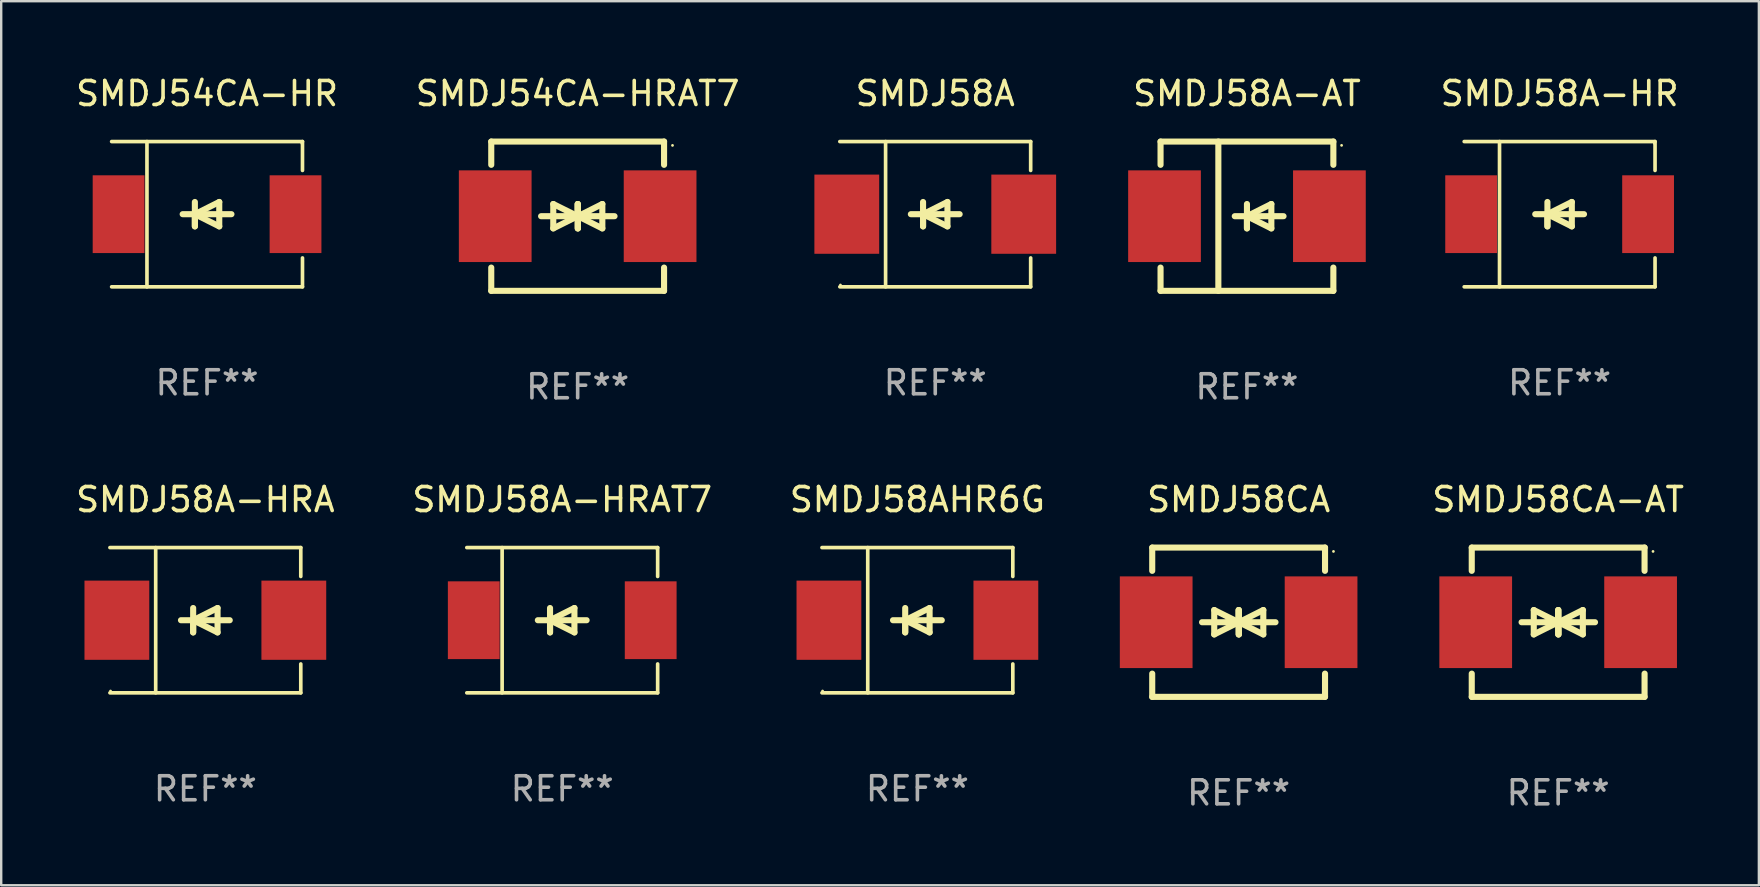
<source format=kicad_pcb>
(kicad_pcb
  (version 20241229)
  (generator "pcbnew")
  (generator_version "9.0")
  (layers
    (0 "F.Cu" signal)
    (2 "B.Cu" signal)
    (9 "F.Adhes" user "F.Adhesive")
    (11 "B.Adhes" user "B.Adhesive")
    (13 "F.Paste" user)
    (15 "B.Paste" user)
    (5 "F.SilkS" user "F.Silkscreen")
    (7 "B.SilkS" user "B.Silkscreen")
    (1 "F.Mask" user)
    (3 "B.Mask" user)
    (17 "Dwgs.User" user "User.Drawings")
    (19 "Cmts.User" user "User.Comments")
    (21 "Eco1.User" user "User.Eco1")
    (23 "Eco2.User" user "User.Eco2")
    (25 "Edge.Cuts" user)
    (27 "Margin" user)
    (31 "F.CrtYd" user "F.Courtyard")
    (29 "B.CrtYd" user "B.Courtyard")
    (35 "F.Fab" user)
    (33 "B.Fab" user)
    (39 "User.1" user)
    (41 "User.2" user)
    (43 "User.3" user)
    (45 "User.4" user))
  (footprint "SMDJ58CA"
    (layer "F.Cu")
    (at 48.557 22.875)
    (property "Reference" "SMDJ58CA" (at 0 -5.11 0) (layer "F.SilkS") (effects (font (size 1 1) (thickness 0.15))))
    (attr through_hole)
    (fp_line (start -3.6 -2.141) (end -3.6 -3.11) (stroke (width 0.254) (type solid)) (layer "F.SilkS"))
    (fp_line (start -3.6 3.11) (end -3.6 2.141) (stroke (width 0.254) (type solid)) (layer "F.SilkS"))
    (fp_line (start -1.524 0) (end 0.508 0) (stroke (width 0.254) (type solid)) (layer "F.SilkS"))
    (fp_line (start -1.016 -0.508) (end -1.016 0.508) (stroke (width 0.254) (type solid)) (layer "F.SilkS"))
    (fp_line (start -1.016 0.508) (end 0 0) (stroke (width 0.254) (type solid)) (layer "F.SilkS"))
    (fp_line (start 0 -0.508) (end 0 0.508) (stroke (width 0.254) (type solid)) (layer "F.SilkS"))
    (fp_line (start 0 0) (end -1.016 -0.508) (stroke (width 0.254) (type solid)) (layer "F.SilkS"))
    (fp_line (start 0 0) (end 0 -0.508) (stroke (width 0.254) (type solid)) (layer "F.SilkS"))
    (fp_line (start 0.012 0) (end 0.012 0.508) (stroke (width 0.254) (type solid)) (layer "F.SilkS"))
    (fp_line (start 0.012 0) (end 1.028 0.508) (stroke (width 0.254) (type solid)) (layer "F.SilkS"))
    (fp_line (start 0.012 0.508) (end 0.012 -0.508) (stroke (width 0.254) (type solid)) (layer "F.SilkS"))
    (fp_line (start 1.028 -0.508) (end 0.012 0) (stroke (width 0.254) (type solid)) (layer "F.SilkS"))
    (fp_line (start 1.028 0.508) (end 1.028 -0.508) (stroke (width 0.254) (type solid)) (layer "F.SilkS"))
    (fp_line (start 1.536 0) (end -0.496 0) (stroke (width 0.254) (type solid)) (layer "F.SilkS"))
    (fp_line (start 3.6 -3.11) (end -3.6 -3.11) (stroke (width 0.254) (type solid)) (layer "F.SilkS"))
    (fp_line (start 3.6 -2.141) (end 3.6 -3.11) (stroke (width 0.254) (type solid)) (layer "F.SilkS"))
    (fp_line (start 3.6 3.11) (end -3.6 3.11) (stroke (width 0.254) (type solid)) (layer "F.SilkS"))
    (fp_line (start 3.6 3.11) (end 3.6 2.141) (stroke (width 0.254) (type solid)) (layer "F.SilkS"))
    (fp_circle (center 3.952 -2.95) (end 3.982 -2.95) (stroke (width 0.06) (type solid)) (fill no) (layer "F.SilkS"))
    (fp_text user "REF**" (at 0 7.11 0) (layer "F.Fab") (effects (font (size 1 1) (thickness 0.15))))
    (pad "1" smd rect (at 3.435 0) (size 3.03 3.82) (layers "F.Cu" "F.Mask" "F.Paste"))
    (pad "2" smd rect (at -3.435 0) (size 3.03 3.82) (layers "F.Cu" "F.Mask" "F.Paste")))
  (footprint "SMDJ58A-HRA"
    (layer "F.Cu")
    (at 5.506 22.791)
    (property "Reference" "SMDJ58A-HRA" (at 0 -5.026 0) (layer "F.SilkS") (effects (font (size 1 1) (thickness 0.15))))
    (attr through_hole)
    (fp_line (start -3.976 -3.026) (end 3.976 -3.026) (stroke (width 0.152) (type solid)) (layer "F.SilkS"))
    (fp_line (start -3.976 3.026) (end 3.976 3.026) (stroke (width 0.152) (type solid)) (layer "F.SilkS"))
    (fp_line (start -2.069 -3.026) (end -2.069 3.026) (stroke (width 0.152) (type solid)) (layer "F.SilkS"))
    (fp_line (start -0.508 0) (end -0.508 0.508) (stroke (width 0.254) (type solid)) (layer "F.SilkS"))
    (fp_line (start -0.508 0) (end 0.508 0.508) (stroke (width 0.254) (type solid)) (layer "F.SilkS"))
    (fp_line (start -0.508 0.508) (end -0.508 -0.508) (stroke (width 0.254) (type solid)) (layer "F.SilkS"))
    (fp_line (start 0.508 -0.508) (end -0.508 0) (stroke (width 0.254) (type solid)) (layer "F.SilkS"))
    (fp_line (start 0.508 0.508) (end 0.508 -0.508) (stroke (width 0.254) (type solid)) (layer "F.SilkS"))
    (fp_line (start 1.016 0) (end -1.016 0) (stroke (width 0.254) (type solid)) (layer "F.SilkS"))
    (fp_line (start 3.976 -3.026) (end 3.976 -1.823) (stroke (width 0.152) (type solid)) (layer "F.SilkS"))
    (fp_line (start 3.976 3.026) (end 3.976 1.823) (stroke (width 0.152) (type solid)) (layer "F.SilkS"))
    (fp_circle (center -3.95 2.95) (end -3.92 2.95) (stroke (width 0.06) (type solid)) (fill no) (layer "F.SilkS"))
    (fp_text user "REF**" (at 0 7.026 0) (layer "F.Fab") (effects (font (size 1 1) (thickness 0.15))))
    (pad "1" smd rect (at -3.686 0) (size 2.7 3.3) (layers "F.Cu" "F.Mask" "F.Paste"))
    (pad "2" smd rect (at 3.686 0) (size 2.7 3.3) (layers "F.Cu" "F.Mask" "F.Paste")))
  (footprint "SMDJ58A-AT"
    (layer "F.Cu")
    (at 48.904 5.958)
    (property "Reference" "SMDJ58A-AT" (at 0 -5.11 0) (layer "F.SilkS") (effects (font (size 1 1) (thickness 0.15))))
    (attr through_hole)
    (fp_line (start -3.6 -3.11) (end -3.6 -2.141) (stroke (width 0.254) (type solid)) (layer "F.SilkS"))
    (fp_line (start -3.6 -3.11) (end 3.6 -3.11) (stroke (width 0.254) (type solid)) (layer "F.SilkS"))
    (fp_line (start -3.6 2.141) (end -3.6 3.11) (stroke (width 0.254) (type solid)) (layer "F.SilkS"))
    (fp_line (start -3.6 3.11) (end 3.6 3.11) (stroke (width 0.254) (type solid)) (layer "F.SilkS"))
    (fp_line (start -1.192 -3.11) (end -1.192 3.11) (stroke (width 0.254) (type solid)) (layer "F.SilkS"))
    (fp_line (start 0 0) (end 0 0.508) (stroke (width 0.254) (type solid)) (layer "F.SilkS"))
    (fp_line (start 0 0) (end 1.016 0.508) (stroke (width 0.254) (type solid)) (layer "F.SilkS"))
    (fp_line (start 0 0.508) (end 0 -0.508) (stroke (width 0.254) (type solid)) (layer "F.SilkS"))
    (fp_line (start 1.016 -0.508) (end 0 0) (stroke (width 0.254) (type solid)) (layer "F.SilkS"))
    (fp_line (start 1.016 0.508) (end 1.016 -0.508) (stroke (width 0.254) (type solid)) (layer "F.SilkS"))
    (fp_line (start 1.524 0) (end -0.508 0) (stroke (width 0.254) (type solid)) (layer "F.SilkS"))
    (fp_line (start 3.6 -3.11) (end 3.6 -2.141) (stroke (width 0.254) (type solid)) (layer "F.SilkS"))
    (fp_line (start 3.6 2.141) (end 3.6 3.11) (stroke (width 0.254) (type solid)) (layer "F.SilkS"))
    (fp_circle (center 3.943 -2.952) (end 3.973 -2.952) (stroke (width 0.06) (type solid)) (fill no) (layer "F.SilkS"))
    (fp_text user "REF**" (at 0 7.11 0) (layer "F.Fab") (effects (font (size 1 1) (thickness 0.15))))
    (pad "1" smd rect (at 3.435 0 180) (size 3.03 3.82) (layers "F.Cu" "F.Mask" "F.Paste"))
    (pad "2" smd rect (at -3.435 0 180) (size 3.03 3.82) (layers "F.Cu" "F.Mask" "F.Paste")))
  (footprint "SMDJ58A-HR"
    (layer "F.Cu")
    (at 61.931 5.874)
    (property "Reference" "SMDJ58A-HR" (at 0 -5.026 0) (layer "F.SilkS") (effects (font (size 1 1) (thickness 0.15))))
    (attr through_hole)
    (fp_line (start -3.976 -3.026) (end 3.976 -3.026) (stroke (width 0.152) (type solid)) (layer "F.SilkS"))
    (fp_line (start -3.976 3.026) (end 3.976 3.026) (stroke (width 0.152) (type solid)) (layer "F.SilkS"))
    (fp_line (start -2.504 -3.026) (end -2.504 3.026) (stroke (width 0.152) (type solid)) (layer "F.SilkS"))
    (fp_line (start -0.508 0) (end -0.508 0.508) (stroke (width 0.254) (type solid)) (layer "F.SilkS"))
    (fp_line (start -0.508 0) (end 0.508 0.508) (stroke (width 0.254) (type solid)) (layer "F.SilkS"))
    (fp_line (start -0.508 0.508) (end -0.508 -0.508) (stroke (width 0.254) (type solid)) (layer "F.SilkS"))
    (fp_line (start 0.508 -0.508) (end -0.508 0) (stroke (width 0.254) (type solid)) (layer "F.SilkS"))
    (fp_line (start 0.508 0.508) (end 0.508 -0.508) (stroke (width 0.254) (type solid)) (layer "F.SilkS"))
    (fp_line (start 1.016 0) (end -1.016 0) (stroke (width 0.254) (type solid)) (layer "F.SilkS"))
    (fp_line (start 3.976 -3.026) (end 3.976 -1.823) (stroke (width 0.152) (type solid)) (layer "F.SilkS"))
    (fp_line (start 3.976 3.026) (end 3.976 1.823) (stroke (width 0.152) (type solid)) (layer "F.SilkS"))
    (fp_circle (center 3.95 -2.95) (end 3.98 -2.95) (stroke (width 0.06) (type solid)) (fill no) (layer "F.SilkS"))
    (fp_text user "REF**" (at 0 7.026 0) (layer "F.Fab") (effects (font (size 1 1) (thickness 0.15))))
    (pad "1" smd rect (at 3.686 0 180) (size 2.158 3.24) (layers "F.Cu" "F.Mask" "F.Paste"))
    (pad "2" smd rect (at -3.686 0 180) (size 2.158 3.24) (layers "F.Cu" "F.Mask" "F.Paste")))
  (footprint "SMDJ54CA-HR"
    (layer "F.Cu")
    (at 5.577 5.874)
    (property "Reference" "SMDJ54CA-HR" (at 0 -5.026 0) (layer "F.SilkS") (effects (font (size 1 1) (thickness 0.15))))
    (attr through_hole)
    (fp_line (start -3.976 -3.026) (end 3.976 -3.026) (stroke (width 0.152) (type solid)) (layer "F.SilkS"))
    (fp_line (start -3.976 3.026) (end 3.976 3.026) (stroke (width 0.152) (type solid)) (layer "F.SilkS"))
    (fp_line (start -2.504 -3.026) (end -2.504 3.026) (stroke (width 0.152) (type solid)) (layer "F.SilkS"))
    (fp_line (start -0.508 0) (end -0.508 0.508) (stroke (width 0.254) (type solid)) (layer "F.SilkS"))
    (fp_line (start -0.508 0) (end 0.508 0.508) (stroke (width 0.254) (type solid)) (layer "F.SilkS"))
    (fp_line (start -0.508 0.508) (end -0.508 -0.508) (stroke (width 0.254) (type solid)) (layer "F.SilkS"))
    (fp_line (start 0.508 -0.508) (end -0.508 0) (stroke (width 0.254) (type solid)) (layer "F.SilkS"))
    (fp_line (start 0.508 0.508) (end 0.508 -0.508) (stroke (width 0.254) (type solid)) (layer "F.SilkS"))
    (fp_line (start 1.016 0) (end -1.016 0) (stroke (width 0.254) (type solid)) (layer "F.SilkS"))
    (fp_line (start 3.976 -3.026) (end 3.976 -1.823) (stroke (width 0.152) (type solid)) (layer "F.SilkS"))
    (fp_line (start 3.976 3.026) (end 3.976 1.823) (stroke (width 0.152) (type solid)) (layer "F.SilkS"))
    (fp_circle (center 3.95 -2.95) (end 3.98 -2.95) (stroke (width 0.06) (type solid)) (fill no) (layer "F.SilkS"))
    (fp_text user "REF**" (at 0 7.026 0) (layer "F.Fab") (effects (font (size 1 1) (thickness 0.15))))
    (pad "1" smd rect (at 3.686 0 180) (size 2.158 3.24) (layers "F.Cu" "F.Mask" "F.Paste"))
    (pad "2" smd rect (at -3.686 0 180) (size 2.158 3.24) (layers "F.Cu" "F.Mask" "F.Paste")))
  (footprint "SMDJ58A"
    (layer "F.Cu")
    (at 35.917 5.874)
    (property "Reference" "SMDJ58A" (at 0 -5.026 0) (layer "F.SilkS") (effects (font (size 1 1) (thickness 0.15))))
    (attr through_hole)
    (fp_line (start -3.976 -3.026) (end 3.976 -3.026) (stroke (width 0.152) (type solid)) (layer "F.SilkS"))
    (fp_line (start -3.976 3.026) (end 3.976 3.026) (stroke (width 0.152) (type solid)) (layer "F.SilkS"))
    (fp_line (start -2.069 -3.026) (end -2.069 3.026) (stroke (width 0.152) (type solid)) (layer "F.SilkS"))
    (fp_line (start -0.508 0) (end -0.508 0.508) (stroke (width 0.254) (type solid)) (layer "F.SilkS"))
    (fp_line (start -0.508 0) (end 0.508 0.508) (stroke (width 0.254) (type solid)) (layer "F.SilkS"))
    (fp_line (start -0.508 0.508) (end -0.508 -0.508) (stroke (width 0.254) (type solid)) (layer "F.SilkS"))
    (fp_line (start 0.508 -0.508) (end -0.508 0) (stroke (width 0.254) (type solid)) (layer "F.SilkS"))
    (fp_line (start 0.508 0.508) (end 0.508 -0.508) (stroke (width 0.254) (type solid)) (layer "F.SilkS"))
    (fp_line (start 1.016 0) (end -1.016 0) (stroke (width 0.254) (type solid)) (layer "F.SilkS"))
    (fp_line (start 3.976 -3.026) (end 3.976 -1.823) (stroke (width 0.152) (type solid)) (layer "F.SilkS"))
    (fp_line (start 3.976 3.026) (end 3.976 1.823) (stroke (width 0.152) (type solid)) (layer "F.SilkS"))
    (fp_circle (center -3.95 2.95) (end -3.92 2.95) (stroke (width 0.06) (type solid)) (fill no) (layer "F.SilkS"))
    (fp_text user "REF**" (at 0 7.026 0) (layer "F.Fab") (effects (font (size 1 1) (thickness 0.15))))
    (pad "1" smd rect (at -3.686 0) (size 2.7 3.3) (layers "F.Cu" "F.Mask" "F.Paste"))
    (pad "2" smd rect (at 3.686 0) (size 2.7 3.3) (layers "F.Cu" "F.Mask" "F.Paste")))
  (footprint "SMDJ58A-HRAT7"
    (layer "F.Cu")
    (at 20.375 22.791)
    (property "Reference" "SMDJ58A-HRAT7" (at 0 -5.026 0) (layer "F.SilkS") (effects (font (size 1 1) (thickness 0.15))))
    (attr through_hole)
    (fp_line (start -3.976 -3.026) (end 3.976 -3.026) (stroke (width 0.152) (type solid)) (layer "F.SilkS"))
    (fp_line (start -3.976 3.026) (end 3.976 3.026) (stroke (width 0.152) (type solid)) (layer "F.SilkS"))
    (fp_line (start -2.504 -3.026) (end -2.504 3.026) (stroke (width 0.152) (type solid)) (layer "F.SilkS"))
    (fp_line (start -0.508 0) (end -0.508 0.508) (stroke (width 0.254) (type solid)) (layer "F.SilkS"))
    (fp_line (start -0.508 0) (end 0.508 0.508) (stroke (width 0.254) (type solid)) (layer "F.SilkS"))
    (fp_line (start -0.508 0.508) (end -0.508 -0.508) (stroke (width 0.254) (type solid)) (layer "F.SilkS"))
    (fp_line (start 0.508 -0.508) (end -0.508 0) (stroke (width 0.254) (type solid)) (layer "F.SilkS"))
    (fp_line (start 0.508 0.508) (end 0.508 -0.508) (stroke (width 0.254) (type solid)) (layer "F.SilkS"))
    (fp_line (start 1.016 0) (end -1.016 0) (stroke (width 0.254) (type solid)) (layer "F.SilkS"))
    (fp_line (start 3.976 -3.026) (end 3.976 -1.823) (stroke (width 0.152) (type solid)) (layer "F.SilkS"))
    (fp_line (start 3.976 3.026) (end 3.976 1.823) (stroke (width 0.152) (type solid)) (layer "F.SilkS"))
    (fp_circle (center 3.95 -2.95) (end 3.98 -2.95) (stroke (width 0.06) (type solid)) (fill no) (layer "F.SilkS"))
    (fp_text user "REF**" (at 0 7.026 0) (layer "F.Fab") (effects (font (size 1 1) (thickness 0.15))))
    (pad "1" smd rect (at 3.686 0 180) (size 2.158 3.24) (layers "F.Cu" "F.Mask" "F.Paste"))
    (pad "2" smd rect (at -3.686 0 180) (size 2.158 3.24) (layers "F.Cu" "F.Mask" "F.Paste")))
  (footprint "SMDJ58AHR6G"
    (layer "F.Cu")
    (at 35.173 22.791)
    (property "Reference" "SMDJ58AHR6G" (at 0 -5.026 0) (layer "F.SilkS") (effects (font (size 1 1) (thickness 0.15))))
    (attr through_hole)
    (fp_line (start -3.976 -3.026) (end 3.976 -3.026) (stroke (width 0.152) (type solid)) (layer "F.SilkS"))
    (fp_line (start -3.976 3.026) (end 3.976 3.026) (stroke (width 0.152) (type solid)) (layer "F.SilkS"))
    (fp_line (start -2.069 -3.026) (end -2.069 3.026) (stroke (width 0.152) (type solid)) (layer "F.SilkS"))
    (fp_line (start -0.508 0) (end -0.508 0.508) (stroke (width 0.254) (type solid)) (layer "F.SilkS"))
    (fp_line (start -0.508 0) (end 0.508 0.508) (stroke (width 0.254) (type solid)) (layer "F.SilkS"))
    (fp_line (start -0.508 0.508) (end -0.508 -0.508) (stroke (width 0.254) (type solid)) (layer "F.SilkS"))
    (fp_line (start 0.508 -0.508) (end -0.508 0) (stroke (width 0.254) (type solid)) (layer "F.SilkS"))
    (fp_line (start 0.508 0.508) (end 0.508 -0.508) (stroke (width 0.254) (type solid)) (layer "F.SilkS"))
    (fp_line (start 1.016 0) (end -1.016 0) (stroke (width 0.254) (type solid)) (layer "F.SilkS"))
    (fp_line (start 3.976 -3.026) (end 3.976 -1.823) (stroke (width 0.152) (type solid)) (layer "F.SilkS"))
    (fp_line (start 3.976 3.026) (end 3.976 1.823) (stroke (width 0.152) (type solid)) (layer "F.SilkS"))
    (fp_circle (center -3.95 2.95) (end -3.92 2.95) (stroke (width 0.06) (type solid)) (fill no) (layer "F.SilkS"))
    (fp_text user "REF**" (at 0 7.026 0) (layer "F.Fab") (effects (font (size 1 1) (thickness 0.15))))
    (pad "1" smd rect (at -3.686 0) (size 2.7 3.3) (layers "F.Cu" "F.Mask" "F.Paste"))
    (pad "2" smd rect (at 3.686 0) (size 2.7 3.3) (layers "F.Cu" "F.Mask" "F.Paste")))
  (footprint "SMDJ54CA-HRAT7"
    (layer "F.Cu")
    (at 21.018 5.958)
    (property "Reference" "SMDJ54CA-HRAT7" (at 0 -5.11 0) (layer "F.SilkS") (effects (font (size 1 1) (thickness 0.15))))
    (attr through_hole)
    (fp_line (start -3.6 -2.141) (end -3.6 -3.11) (stroke (width 0.254) (type solid)) (layer "F.SilkS"))
    (fp_line (start -3.6 3.11) (end -3.6 2.141) (stroke (width 0.254) (type solid)) (layer "F.SilkS"))
    (fp_line (start -1.524 0) (end 0.508 0) (stroke (width 0.254) (type solid)) (layer "F.SilkS"))
    (fp_line (start -1.016 -0.508) (end -1.016 0.508) (stroke (width 0.254) (type solid)) (layer "F.SilkS"))
    (fp_line (start -1.016 0.508) (end 0 0) (stroke (width 0.254) (type solid)) (layer "F.SilkS"))
    (fp_line (start 0 -0.508) (end 0 0.508) (stroke (width 0.254) (type solid)) (layer "F.SilkS"))
    (fp_line (start 0 0) (end -1.016 -0.508) (stroke (width 0.254) (type solid)) (layer "F.SilkS"))
    (fp_line (start 0 0) (end 0 -0.508) (stroke (width 0.254) (type solid)) (layer "F.SilkS"))
    (fp_line (start 0.012 0) (end 0.012 0.508) (stroke (width 0.254) (type solid)) (layer "F.SilkS"))
    (fp_line (start 0.012 0) (end 1.028 0.508) (stroke (width 0.254) (type solid)) (layer "F.SilkS"))
    (fp_line (start 0.012 0.508) (end 0.012 -0.508) (stroke (width 0.254) (type solid)) (layer "F.SilkS"))
    (fp_line (start 1.028 -0.508) (end 0.012 0) (stroke (width 0.254) (type solid)) (layer "F.SilkS"))
    (fp_line (start 1.028 0.508) (end 1.028 -0.508) (stroke (width 0.254) (type solid)) (layer "F.SilkS"))
    (fp_line (start 1.536 0) (end -0.496 0) (stroke (width 0.254) (type solid)) (layer "F.SilkS"))
    (fp_line (start 3.6 -3.11) (end -3.6 -3.11) (stroke (width 0.254) (type solid)) (layer "F.SilkS"))
    (fp_line (start 3.6 -2.141) (end 3.6 -3.11) (stroke (width 0.254) (type solid)) (layer "F.SilkS"))
    (fp_line (start 3.6 3.11) (end -3.6 3.11) (stroke (width 0.254) (type solid)) (layer "F.SilkS"))
    (fp_line (start 3.6 3.11) (end 3.6 2.141) (stroke (width 0.254) (type solid)) (layer "F.SilkS"))
    (fp_circle (center 3.952 -2.95) (end 3.982 -2.95) (stroke (width 0.06) (type solid)) (fill no) (layer "F.SilkS"))
    (fp_text user "REF**" (at 0 7.11 0) (layer "F.Fab") (effects (font (size 1 1) (thickness 0.15))))
    (pad "1" smd rect (at 3.435 0) (size 3.03 3.82) (layers "F.Cu" "F.Mask" "F.Paste"))
    (pad "2" smd rect (at -3.435 0) (size 3.03 3.82) (layers "F.Cu" "F.Mask" "F.Paste")))
  (footprint "SMDJ58CA-AT"
    (layer "F.Cu")
    (at 61.87 22.875)
    (property "Reference" "SMDJ58CA-AT" (at 0 -5.11 0) (layer "F.SilkS") (effects (font (size 1 1) (thickness 0.15))))
    (attr through_hole)
    (fp_line (start -3.6 -2.141) (end -3.6 -3.11) (stroke (width 0.254) (type solid)) (layer "F.SilkS"))
    (fp_line (start -3.6 3.11) (end -3.6 2.141) (stroke (width 0.254) (type solid)) (layer "F.SilkS"))
    (fp_line (start -1.524 0) (end 0.508 0) (stroke (width 0.254) (type solid)) (layer "F.SilkS"))
    (fp_line (start -1.016 -0.508) (end -1.016 0.508) (stroke (width 0.254) (type solid)) (layer "F.SilkS"))
    (fp_line (start -1.016 0.508) (end 0 0) (stroke (width 0.254) (type solid)) (layer "F.SilkS"))
    (fp_line (start 0 -0.508) (end 0 0.508) (stroke (width 0.254) (type solid)) (layer "F.SilkS"))
    (fp_line (start 0 0) (end -1.016 -0.508) (stroke (width 0.254) (type solid)) (layer "F.SilkS"))
    (fp_line (start 0 0) (end 0 -0.508) (stroke (width 0.254) (type solid)) (layer "F.SilkS"))
    (fp_line (start 0.012 0) (end 0.012 0.508) (stroke (width 0.254) (type solid)) (layer "F.SilkS"))
    (fp_line (start 0.012 0) (end 1.028 0.508) (stroke (width 0.254) (type solid)) (layer "F.SilkS"))
    (fp_line (start 0.012 0.508) (end 0.012 -0.508) (stroke (width 0.254) (type solid)) (layer "F.SilkS"))
    (fp_line (start 1.028 -0.508) (end 0.012 0) (stroke (width 0.254) (type solid)) (layer "F.SilkS"))
    (fp_line (start 1.028 0.508) (end 1.028 -0.508) (stroke (width 0.254) (type solid)) (layer "F.SilkS"))
    (fp_line (start 1.536 0) (end -0.496 0) (stroke (width 0.254) (type solid)) (layer "F.SilkS"))
    (fp_line (start 3.6 -3.11) (end -3.6 -3.11) (stroke (width 0.254) (type solid)) (layer "F.SilkS"))
    (fp_line (start 3.6 -2.141) (end 3.6 -3.11) (stroke (width 0.254) (type solid)) (layer "F.SilkS"))
    (fp_line (start 3.6 3.11) (end -3.6 3.11) (stroke (width 0.254) (type solid)) (layer "F.SilkS"))
    (fp_line (start 3.6 3.11) (end 3.6 2.141) (stroke (width 0.254) (type solid)) (layer "F.SilkS"))
    (fp_circle (center 3.952 -2.95) (end 3.982 -2.95) (stroke (width 0.06) (type solid)) (fill no) (layer "F.SilkS"))
    (fp_text user "REF**" (at 0 7.11 0) (layer "F.Fab") (effects (font (size 1 1) (thickness 0.15))))
    (pad "1" smd rect (at 3.435 0) (size 3.03 3.82) (layers "F.Cu" "F.Mask" "F.Paste"))
    (pad "2" smd rect (at -3.435 0) (size 3.03 3.82) (layers "F.Cu" "F.Mask" "F.Paste")))
  (gr_rect
    (start -3 -3)
    (end 70.233 33.833)
    (stroke (width 0.1) (type default))
    (fill no)
    (layer "Edge.Cuts")))
</source>
